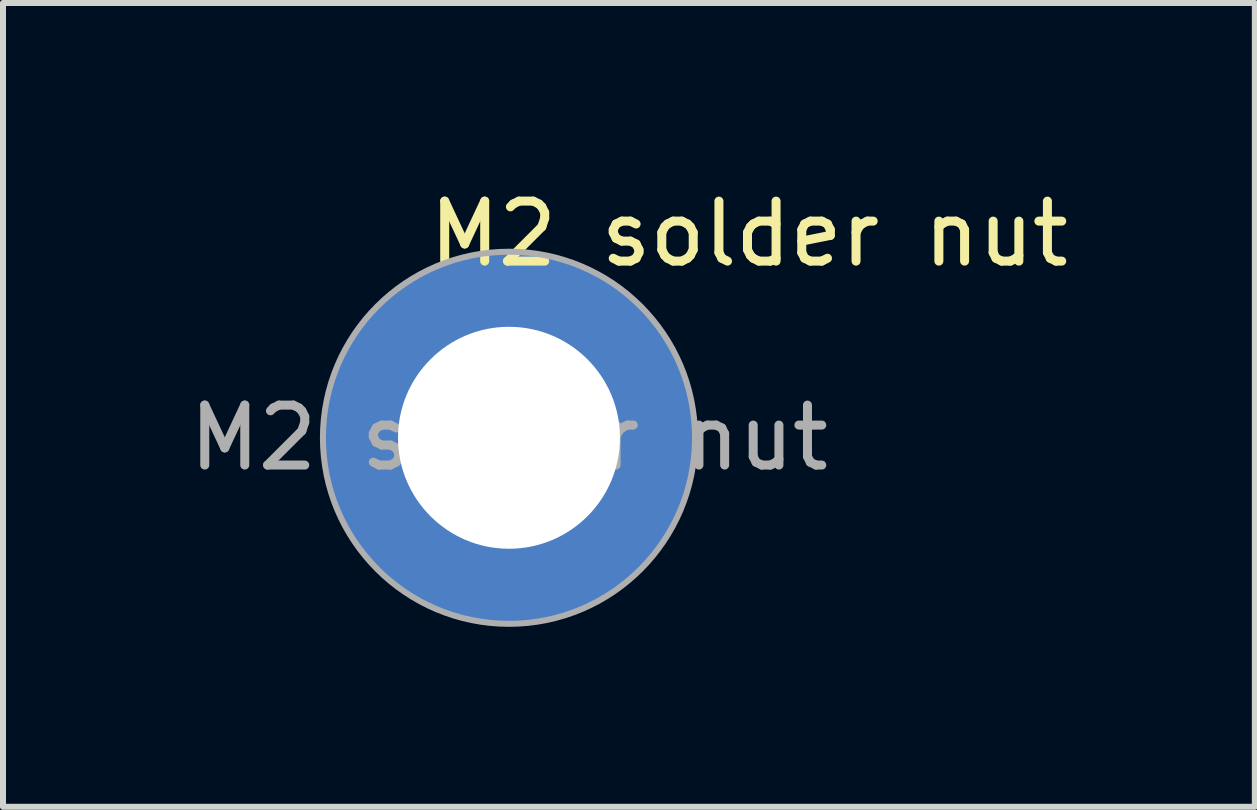
<source format=kicad_pcb>
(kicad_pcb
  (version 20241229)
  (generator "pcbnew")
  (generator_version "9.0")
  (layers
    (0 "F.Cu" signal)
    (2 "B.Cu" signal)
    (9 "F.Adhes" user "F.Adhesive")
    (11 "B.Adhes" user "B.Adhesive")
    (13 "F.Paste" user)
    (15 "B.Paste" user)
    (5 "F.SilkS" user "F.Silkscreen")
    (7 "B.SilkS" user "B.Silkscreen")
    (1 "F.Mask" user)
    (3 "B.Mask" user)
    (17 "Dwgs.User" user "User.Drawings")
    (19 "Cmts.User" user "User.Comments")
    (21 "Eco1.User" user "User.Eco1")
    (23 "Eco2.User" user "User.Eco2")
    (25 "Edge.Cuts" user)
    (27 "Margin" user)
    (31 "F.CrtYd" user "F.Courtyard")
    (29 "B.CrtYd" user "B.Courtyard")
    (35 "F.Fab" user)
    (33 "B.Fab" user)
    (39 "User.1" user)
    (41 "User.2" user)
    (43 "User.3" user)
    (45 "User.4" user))
  (footprint "M2 solder nut"
    (layer "F.Cu")
    (at 5.435 4.248)
    (property "Reference" "M2 solder nut" (at 4 -3.4 0) (unlocked yes) (layer "F.SilkS") (effects (font (size 1 1) (thickness 0.15))))
    (attr through_hole)
    (fp_poly (pts (arc (start -2.95804 -0.5) (mid -2.12132 -2.12132) (end -0.5 -2.95804)) (arc (start -0.5 -1.936492) (mid -1.414214 -1.414214) (end -1.936492 -0.5))) (stroke (width 0.2) (type solid)) (fill yes) (layer "F.Paste"))
    (fp_poly (pts (arc (start -2.95804 0.5) (mid -2.12132 2.12132) (end -0.5 2.95804)) (arc (start -0.5 1.936492) (mid -1.414214 1.414214) (end -1.936492 0.5))) (stroke (width 0.2) (type solid)) (fill yes) (layer "F.Paste"))
    (fp_poly (pts (arc (start 2.95804 -0.5) (mid 2.12132 -2.12132) (end 0.5 -2.95804)) (arc (start 0.5 -1.936492) (mid 1.414214 -1.414214) (end 1.936492 -0.5))) (stroke (width 0.2) (type solid)) (fill yes) (layer "F.Paste"))
    (fp_poly (pts (arc (start 2.95804 0.5) (mid 2.12132 2.12132) (end 0.5 2.95804)) (arc (start 0.5 1.936492) (mid 1.414214 1.414214) (end 1.936492 0.5))) (stroke (width 0.2) (type solid)) (fill yes) (layer "F.Paste"))
    (fp_circle (center 0 0) (end 3.1 0.1) (stroke (width 0.1) (type default)) (fill no) (layer "F.Fab"))
    (fp_text user "${REFERENCE}" (at 0 0 0) (unlocked yes) (layer "F.Fab") (effects (font (size 1 1) (thickness 0.15))))
    (pad "1" thru_hole circle (at 0 0) (size 6.2 6.2) (drill 3.7) (layers "*.Cu" "*.Mask")))
  (gr_rect
    (start -3 -3)
    (end 17.869 10.4)
    (stroke (width 0.1) (type default))
    (fill no)
    (layer "Edge.Cuts")))
</source>
